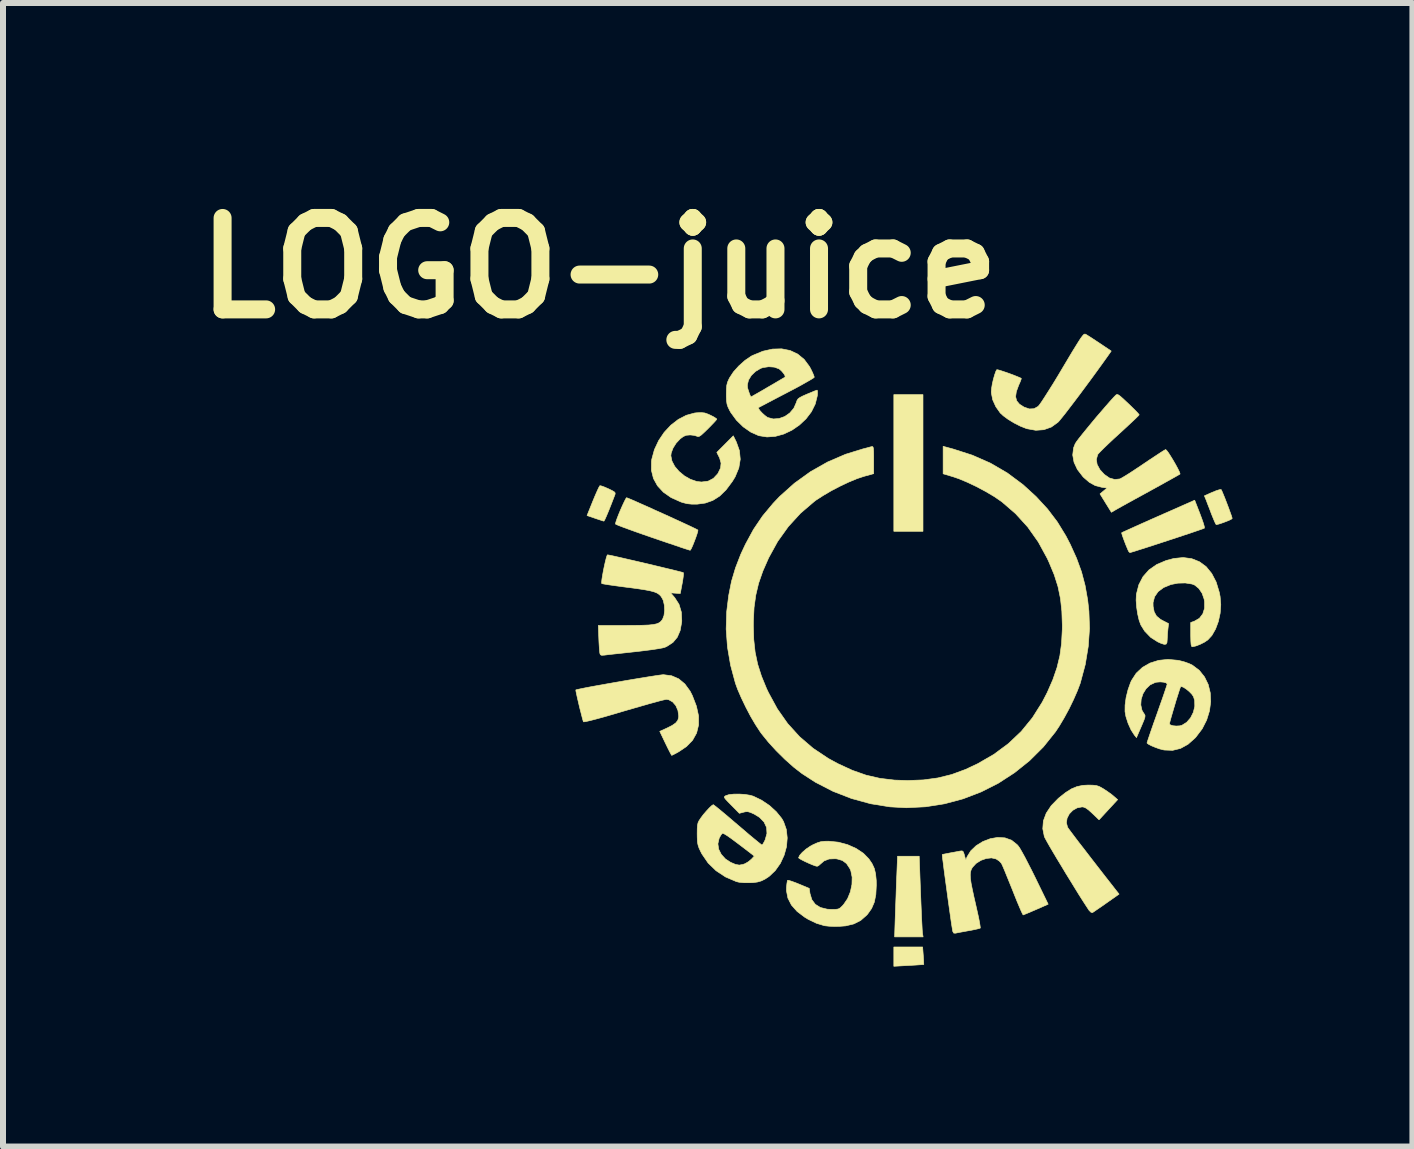
<source format=kicad_pcb>
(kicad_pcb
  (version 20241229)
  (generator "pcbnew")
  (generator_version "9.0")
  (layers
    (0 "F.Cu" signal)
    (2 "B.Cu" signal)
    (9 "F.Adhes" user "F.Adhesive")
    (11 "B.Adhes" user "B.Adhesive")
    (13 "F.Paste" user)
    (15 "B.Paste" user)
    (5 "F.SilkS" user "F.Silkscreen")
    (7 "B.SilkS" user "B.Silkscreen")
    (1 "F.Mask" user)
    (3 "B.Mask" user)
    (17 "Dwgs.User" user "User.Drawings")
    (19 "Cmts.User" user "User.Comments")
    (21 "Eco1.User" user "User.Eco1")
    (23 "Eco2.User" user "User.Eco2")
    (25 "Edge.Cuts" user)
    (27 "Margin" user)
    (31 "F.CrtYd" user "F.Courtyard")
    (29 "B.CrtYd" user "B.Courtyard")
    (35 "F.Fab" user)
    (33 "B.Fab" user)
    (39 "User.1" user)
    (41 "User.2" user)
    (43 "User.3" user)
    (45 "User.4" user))
  (footprint "LOGO-juice"
    (layer "F.Cu")
    (at 12.018 7.768)
    (property "Reference" "LOGO-juice" (at -5.08 -6.35 0) (layer "F.SilkS") (effects (font (size 1.524 1.524) (thickness 0.3))))
    (attr through_hole)
    (fp_poly (pts (xy 0.318 -1.961) (xy -0.168 -1.961) (xy -0.168 -4.24) (xy 0.318 -4.24) (xy 0.318 -1.961)) (stroke (width 0.01) (type solid)) (fill yes) (layer "F.SilkS"))
    (fp_poly (pts (xy 0.323 5.112) (xy 0.328 5.181) (xy 0.33 5.232) (xy 0.331 5.258) (xy 0.33 5.26) (xy 0.312 5.262) (xy 0.262 5.265) (xy 0.19 5.27) (xy 0.101 5.275) (xy 0.079 5.276) (xy -0.168 5.29) (xy -0.168 4.968) (xy 0.312 4.968) (xy 0.323 5.112)) (stroke (width 0.01) (type solid)) (fill yes) (layer "F.SilkS"))
    (fp_poly (pts (xy 0.278 4.076) (xy 0.284 4.227) (xy 0.29 4.368) (xy 0.295 4.494) (xy 0.301 4.6) (xy 0.305 4.681) (xy 0.309 4.733) (xy 0.311 4.748) (xy 0.32 4.8) (xy -0.155 4.8) (xy -0.143 4.431) (xy -0.138 4.289) (xy -0.132 4.134) (xy -0.127 3.979) (xy -0.122 3.838) (xy -0.118 3.759) (xy -0.106 3.455) (xy 0.255 3.455) (xy 0.278 4.076)) (stroke (width 0.01) (type solid)) (fill yes) (layer "F.SilkS"))
    (fp_poly (pts (xy -5.042 -2.717) (xy -4.994 -2.7) (xy -4.932 -2.673) (xy -4.925 -2.67) (xy -4.862 -2.639) (xy -4.827 -2.618) (xy -4.813 -2.6) (xy -4.815 -2.578) (xy -4.821 -2.562) (xy -4.876 -2.419) (xy -4.922 -2.303) (xy -4.959 -2.215) (xy -4.985 -2.157) (xy -5 -2.132) (xy -5.002 -2.131) (xy -5.025 -2.137) (xy -5.073 -2.153) (xy -5.137 -2.174) (xy -5.148 -2.178) (xy -5.282 -2.224) (xy -5.183 -2.47) (xy -5.146 -2.559) (xy -5.113 -2.634) (xy -5.087 -2.69) (xy -5.07 -2.719) (xy -5.067 -2.722) (xy -5.042 -2.717)) (stroke (width 0.01) (type solid)) (fill yes) (layer "F.SilkS"))
    (fp_poly (pts (xy 5.288 -2.657) (xy 5.3 -2.635) (xy 5.321 -2.585) (xy 5.349 -2.517) (xy 5.379 -2.439) (xy 5.41 -2.358) (xy 5.437 -2.283) (xy 5.459 -2.222) (xy 5.471 -2.183) (xy 5.472 -2.175) (xy 5.456 -2.162) (xy 5.415 -2.142) (xy 5.359 -2.12) (xy 5.299 -2.098) (xy 5.246 -2.081) (xy 5.209 -2.073) (xy 5.206 -2.073) (xy 5.195 -2.089) (xy 5.175 -2.133) (xy 5.148 -2.198) (xy 5.125 -2.255) (xy 5.094 -2.338) (xy 5.064 -2.414) (xy 5.042 -2.473) (xy 5.033 -2.495) (xy 5.009 -2.553) (xy 5.142 -2.612) (xy 5.206 -2.638) (xy 5.257 -2.654) (xy 5.286 -2.658) (xy 5.288 -2.657)) (stroke (width 0.01) (type solid)) (fill yes) (layer "F.SilkS"))
    (fp_poly (pts (xy 4.935 -2.254) (xy 4.967 -2.168) (xy 4.992 -2.096) (xy 5.007 -2.043) (xy 5.01 -2.016) (xy 5.01 -2.015) (xy 4.99 -2.006) (xy 4.939 -1.988) (xy 4.863 -1.962) (xy 4.767 -1.929) (xy 4.654 -1.892) (xy 4.532 -1.851) (xy 4.403 -1.809) (xy 4.275 -1.767) (xy 4.15 -1.726) (xy 4.035 -1.689) (xy 3.934 -1.657) (xy 3.853 -1.631) (xy 3.796 -1.614) (xy 3.769 -1.606) (xy 3.768 -1.606) (xy 3.75 -1.621) (xy 3.736 -1.648) (xy 3.697 -1.741) (xy 3.666 -1.823) (xy 3.643 -1.887) (xy 3.631 -1.927) (xy 3.631 -1.938) (xy 3.649 -1.947) (xy 3.698 -1.969) (xy 3.773 -2.003) (xy 3.87 -2.047) (xy 3.986 -2.099) (xy 4.116 -2.157) (xy 4.243 -2.213) (xy 4.847 -2.48) (xy 4.935 -2.254)) (stroke (width 0.01) (type solid)) (fill yes) (layer "F.SilkS"))
    (fp_poly (pts (xy -4.602 -2.514) (xy -4.551 -2.493) (xy -4.477 -2.461) (xy -4.383 -2.419) (xy -4.274 -2.371) (xy -4.156 -2.317) (xy -4.033 -2.262) (xy -3.909 -2.206) (xy -3.79 -2.151) (xy -3.681 -2.101) (xy -3.586 -2.057) (xy -3.51 -2.021) (xy -3.458 -1.995) (xy -3.435 -1.983) (xy -3.434 -1.982) (xy -3.436 -1.961) (xy -3.449 -1.916) (xy -3.47 -1.855) (xy -3.495 -1.789) (xy -3.52 -1.726) (xy -3.543 -1.675) (xy -3.56 -1.647) (xy -3.564 -1.645) (xy -3.584 -1.651) (xy -3.635 -1.667) (xy -3.714 -1.693) (xy -3.815 -1.728) (xy -3.935 -1.768) (xy -4.07 -1.814) (xy -4.193 -1.856) (xy -4.337 -1.906) (xy -4.468 -1.952) (xy -4.584 -1.994) (xy -4.68 -2.029) (xy -4.753 -2.057) (xy -4.797 -2.076) (xy -4.809 -2.084) (xy -4.802 -2.114) (xy -4.784 -2.168) (xy -4.758 -2.236) (xy -4.727 -2.311) (xy -4.694 -2.386) (xy -4.664 -2.45) (xy -4.64 -2.498) (xy -4.625 -2.521) (xy -4.623 -2.521) (xy -4.602 -2.514)) (stroke (width 0.01) (type solid)) (fill yes) (layer "F.SilkS"))
    (fp_poly (pts (xy 3.152 2.271) (xy 3.208 2.277) (xy 3.255 2.292) (xy 3.306 2.32) (xy 3.325 2.331) (xy 3.393 2.376) (xy 3.46 2.424) (xy 3.495 2.453) (xy 3.563 2.512) (xy 3.408 2.68) (xy 3.253 2.848) (xy 3.141 2.741) (xy 3.077 2.683) (xy 3.03 2.65) (xy 2.991 2.635) (xy 2.97 2.633) (xy 2.887 2.649) (xy 2.815 2.69) (xy 2.757 2.75) (xy 2.72 2.822) (xy 2.709 2.898) (xy 2.728 2.971) (xy 2.729 2.973) (xy 2.745 2.997) (xy 2.783 3.048) (xy 2.84 3.124) (xy 2.915 3.223) (xy 3.007 3.341) (xy 3.112 3.478) (xy 3.23 3.63) (xy 3.358 3.795) (xy 3.496 3.971) (xy 3.533 4.019) (xy 3.587 4.087) (xy 3.376 4.235) (xy 3.298 4.29) (xy 3.229 4.337) (xy 3.177 4.373) (xy 3.147 4.393) (xy 3.144 4.395) (xy 3.119 4.39) (xy 3.088 4.359) (xy 3.086 4.357) (xy 3.044 4.293) (xy 2.989 4.208) (xy 2.924 4.106) (xy 2.853 3.991) (xy 2.777 3.867) (xy 2.699 3.741) (xy 2.623 3.614) (xy 2.55 3.494) (xy 2.484 3.383) (xy 2.427 3.286) (xy 2.383 3.208) (xy 2.353 3.153) (xy 2.341 3.128) (xy 2.315 2.997) (xy 2.325 2.866) (xy 2.373 2.737) (xy 2.456 2.612) (xy 2.574 2.491) (xy 2.586 2.481) (xy 2.697 2.393) (xy 2.794 2.332) (xy 2.886 2.294) (xy 2.982 2.274) (xy 3.073 2.269) (xy 3.152 2.271)) (stroke (width 0.01) (type solid)) (fill yes) (layer "F.SilkS"))
    (fp_poly (pts (xy -3.872 0.447) (xy -3.754 0.498) (xy -3.652 0.583) (xy -3.565 0.702) (xy -3.528 0.774) (xy -3.459 0.953) (xy -3.423 1.117) (xy -3.423 1.267) (xy -3.456 1.402) (xy -3.523 1.522) (xy -3.625 1.627) (xy -3.745 1.708) (xy -3.803 1.741) (xy -3.848 1.764) (xy -3.87 1.774) (xy -3.871 1.774) (xy -3.881 1.758) (xy -3.904 1.715) (xy -3.936 1.652) (xy -3.974 1.574) (xy -4.07 1.373) (xy -3.954 1.321) (xy -3.863 1.275) (xy -3.803 1.233) (xy -3.769 1.19) (xy -3.755 1.139) (xy -3.754 1.117) (xy -3.767 1.025) (xy -3.802 0.944) (xy -3.855 0.883) (xy -3.919 0.847) (xy -3.96 0.84) (xy -3.989 0.846) (xy -4.05 0.86) (xy -4.137 0.884) (xy -4.248 0.914) (xy -4.376 0.951) (xy -4.519 0.992) (xy -4.671 1.036) (xy -4.846 1.088) (xy -4.998 1.132) (xy -5.126 1.167) (xy -5.226 1.193) (xy -5.296 1.209) (xy -5.335 1.215) (xy -5.342 1.214) (xy -5.35 1.19) (xy -5.364 1.139) (xy -5.382 1.068) (xy -5.403 0.987) (xy -5.423 0.902) (xy -5.442 0.821) (xy -5.457 0.753) (xy -5.467 0.704) (xy -5.469 0.684) (xy -5.469 0.683) (xy -5.445 0.676) (xy -5.389 0.664) (xy -5.306 0.647) (xy -5.201 0.627) (xy -5.078 0.605) (xy -4.944 0.581) (xy -4.802 0.556) (xy -4.658 0.531) (xy -4.517 0.507) (xy -4.384 0.485) (xy -4.262 0.465) (xy -4.159 0.449) (xy -4.078 0.437) (xy -4.024 0.43) (xy -4.006 0.429) (xy -3.872 0.447)) (stroke (width 0.01) (type solid)) (fill yes) (layer "F.SilkS"))
    (fp_poly (pts (xy 4.798 -1.505) (xy 4.926 -1.454) (xy 5.038 -1.372) (xy 5.131 -1.258) (xy 5.205 -1.116) (xy 5.257 -0.945) (xy 5.271 -0.874) (xy 5.282 -0.738) (xy 5.272 -0.596) (xy 5.242 -0.458) (xy 5.195 -0.332) (xy 5.134 -0.225) (xy 5.066 -0.151) (xy 5.008 -0.112) (xy 4.936 -0.076) (xy 4.865 -0.049) (xy 4.809 -0.037) (xy 4.806 -0.037) (xy 4.794 -0.046) (xy 4.787 -0.077) (xy 4.783 -0.133) (xy 4.781 -0.221) (xy 4.781 -0.239) (xy 4.781 -0.441) (xy 4.843 -0.463) (xy 4.926 -0.511) (xy 4.982 -0.584) (xy 5.012 -0.678) (xy 5.012 -0.788) (xy 5.005 -0.83) (xy 4.971 -0.928) (xy 4.916 -1.009) (xy 4.847 -1.065) (xy 4.804 -1.082) (xy 4.692 -1.1) (xy 4.568 -1.097) (xy 4.451 -1.074) (xy 4.329 -1.024) (xy 4.238 -0.956) (xy 4.179 -0.871) (xy 4.153 -0.772) (xy 4.154 -0.711) (xy 4.172 -0.618) (xy 4.211 -0.548) (xy 4.278 -0.493) (xy 4.322 -0.469) (xy 4.412 -0.423) (xy 4.401 -0.328) (xy 4.394 -0.253) (xy 4.39 -0.177) (xy 4.389 -0.154) (xy 4.385 -0.105) (xy 4.37 -0.08) (xy 4.338 -0.077) (xy 4.283 -0.095) (xy 4.23 -0.119) (xy 4.113 -0.194) (xy 4.013 -0.298) (xy 3.949 -0.401) (xy 3.92 -0.482) (xy 3.896 -0.586) (xy 3.879 -0.701) (xy 3.871 -0.812) (xy 3.875 -0.905) (xy 3.876 -0.914) (xy 3.916 -1.07) (xy 3.986 -1.205) (xy 4.086 -1.318) (xy 4.215 -1.408) (xy 4.373 -1.475) (xy 4.498 -1.508) (xy 4.655 -1.524) (xy 4.798 -1.505)) (stroke (width 0.01) (type solid)) (fill yes) (layer "F.SilkS"))
    (fp_poly (pts (xy 3.032 -5.245) (xy 3.063 -5.226) (xy 3.117 -5.192) (xy 3.187 -5.146) (xy 3.264 -5.095) (xy 3.456 -4.966) (xy 3.414 -4.906) (xy 3.325 -4.781) (xy 3.229 -4.648) (xy 3.13 -4.512) (xy 3.03 -4.377) (xy 2.933 -4.246) (xy 2.841 -4.124) (xy 2.757 -4.014) (xy 2.685 -3.92) (xy 2.626 -3.847) (xy 2.585 -3.797) (xy 2.568 -3.779) (xy 2.457 -3.699) (xy 2.333 -3.655) (xy 2.199 -3.645) (xy 2.054 -3.671) (xy 2.035 -3.677) (xy 1.941 -3.714) (xy 1.839 -3.766) (xy 1.741 -3.825) (xy 1.658 -3.886) (xy 1.606 -3.934) (xy 1.532 -4.039) (xy 1.48 -4.154) (xy 1.458 -4.267) (xy 1.457 -4.289) (xy 1.462 -4.346) (xy 1.474 -4.42) (xy 1.492 -4.498) (xy 1.513 -4.571) (xy 1.533 -4.628) (xy 1.548 -4.655) (xy 1.568 -4.653) (xy 1.614 -4.64) (xy 1.677 -4.619) (xy 1.75 -4.594) (xy 1.823 -4.567) (xy 1.888 -4.541) (xy 1.936 -4.521) (xy 1.957 -4.51) (xy 1.953 -4.492) (xy 1.937 -4.45) (xy 1.913 -4.396) (xy 1.874 -4.29) (xy 1.862 -4.205) (xy 1.88 -4.136) (xy 1.927 -4.08) (xy 2.002 -4.032) (xy 2.091 -4.001) (xy 2.169 -4.005) (xy 2.237 -4.043) (xy 2.26 -4.07) (xy 2.298 -4.124) (xy 2.35 -4.204) (xy 2.413 -4.303) (xy 2.486 -4.419) (xy 2.564 -4.547) (xy 2.642 -4.678) (xy 2.733 -4.831) (xy 2.807 -4.955) (xy 2.867 -5.052) (xy 2.913 -5.126) (xy 2.948 -5.18) (xy 2.975 -5.216) (xy 2.994 -5.238) (xy 3.009 -5.248) (xy 3.021 -5.249) (xy 3.032 -5.245)) (stroke (width 0.01) (type solid)) (fill yes) (layer "F.SilkS"))
    (fp_poly (pts (xy -3.32 -3.934) (xy -3.266 -3.915) (xy -3.222 -3.895) (xy -3.168 -3.867) (xy -3.131 -3.843) (xy -3.119 -3.832) (xy -3.131 -3.814) (xy -3.165 -3.776) (xy -3.215 -3.724) (xy -3.266 -3.672) (xy -3.332 -3.608) (xy -3.377 -3.567) (xy -3.408 -3.546) (xy -3.431 -3.54) (xy -3.451 -3.546) (xy -3.452 -3.547) (xy -3.494 -3.56) (xy -3.554 -3.567) (xy -3.572 -3.567) (xy -3.63 -3.562) (xy -3.68 -3.54) (xy -3.73 -3.502) (xy -3.796 -3.432) (xy -3.848 -3.35) (xy -3.879 -3.268) (xy -3.885 -3.222) (xy -3.867 -3.133) (xy -3.82 -3.043) (xy -3.748 -2.959) (xy -3.659 -2.885) (xy -3.559 -2.828) (xy -3.454 -2.792) (xy -3.374 -2.783) (xy -3.264 -2.797) (xy -3.176 -2.843) (xy -3.104 -2.92) (xy -3.098 -2.93) (xy -3.056 -3.017) (xy -3.048 -3.098) (xy -3.072 -3.183) (xy -3.082 -3.203) (xy -3.119 -3.277) (xy -2.844 -3.553) (xy -2.793 -3.449) (xy -2.742 -3.306) (xy -2.728 -3.162) (xy -2.752 -3.017) (xy -2.813 -2.87) (xy -2.861 -2.791) (xy -2.965 -2.652) (xy -3.072 -2.548) (xy -3.186 -2.476) (xy -3.311 -2.432) (xy -3.445 -2.414) (xy -3.539 -2.414) (xy -3.615 -2.422) (xy -3.693 -2.442) (xy -3.721 -2.452) (xy -3.88 -2.523) (xy -4.009 -2.613) (xy -4.108 -2.72) (xy -4.175 -2.842) (xy -4.209 -2.978) (xy -4.208 -3.124) (xy -4.203 -3.162) (xy -4.159 -3.323) (xy -4.088 -3.474) (xy -3.996 -3.611) (xy -3.885 -3.73) (xy -3.761 -3.826) (xy -3.628 -3.895) (xy -3.49 -3.933) (xy -3.453 -3.937) (xy -3.377 -3.94) (xy -3.32 -3.934)) (stroke (width 0.01) (type solid)) (fill yes) (layer "F.SilkS"))
    (fp_poly (pts (xy -1.094 3.221) (xy -0.94 3.262) (xy -0.798 3.325) (xy -0.676 3.406) (xy -0.584 3.5) (xy -0.53 3.58) (xy -0.493 3.66) (xy -0.472 3.749) (xy -0.461 3.859) (xy -0.46 3.941) (xy -0.468 4.094) (xy -0.493 4.22) (xy -0.539 4.327) (xy -0.607 4.423) (xy -0.621 4.438) (xy -0.72 4.525) (xy -0.834 4.583) (xy -0.969 4.616) (xy -1.074 4.624) (xy -1.162 4.625) (xy -1.246 4.622) (xy -1.312 4.615) (xy -1.326 4.613) (xy -1.458 4.573) (xy -1.595 4.507) (xy -1.653 4.472) (xy -1.78 4.376) (xy -1.875 4.269) (xy -1.934 4.153) (xy -1.958 4.029) (xy -1.957 3.977) (xy -1.951 3.916) (xy -1.944 3.872) (xy -1.939 3.856) (xy -1.918 3.858) (xy -1.871 3.873) (xy -1.805 3.897) (xy -1.753 3.918) (xy -1.578 3.991) (xy -1.566 4.076) (xy -1.535 4.179) (xy -1.477 4.257) (xy -1.392 4.31) (xy -1.279 4.338) (xy -1.207 4.342) (xy -1.139 4.341) (xy -1.095 4.335) (xy -1.063 4.318) (xy -1.029 4.286) (xy -1.006 4.261) (xy -0.939 4.163) (xy -0.892 4.048) (xy -0.866 3.925) (xy -0.863 3.805) (xy -0.885 3.697) (xy -0.901 3.661) (xy -0.956 3.578) (xy -1.025 3.526) (xy -1.115 3.5) (xy -1.145 3.497) (xy -1.248 3.501) (xy -1.332 3.534) (xy -1.39 3.584) (xy -1.423 3.613) (xy -1.447 3.623) (xy -1.477 3.616) (xy -1.528 3.597) (xy -1.589 3.571) (xy -1.652 3.542) (xy -1.707 3.514) (xy -1.745 3.492) (xy -1.756 3.481) (xy -1.737 3.44) (xy -1.693 3.39) (xy -1.631 3.336) (xy -1.56 3.288) (xy -1.518 3.265) (xy -1.445 3.232) (xy -1.385 3.213) (xy -1.321 3.206) (xy -1.252 3.205) (xy -1.094 3.221)) (stroke (width 0.01) (type solid)) (fill yes) (layer "F.SilkS"))
    (fp_poly (pts (xy -4.917 -1.565) (xy -4.862 -1.554) (xy -4.782 -1.536) (xy -4.681 -1.513) (xy -4.565 -1.486) (xy -4.438 -1.457) (xy -4.307 -1.426) (xy -4.176 -1.395) (xy -4.05 -1.365) (xy -3.934 -1.337) (xy -3.834 -1.313) (xy -3.754 -1.293) (xy -3.7 -1.279) (xy -3.677 -1.272) (xy -3.676 -1.271) (xy -3.674 -1.25) (xy -3.679 -1.2) (xy -3.689 -1.131) (xy -3.696 -1.093) (xy -3.728 -0.924) (xy -3.889 -0.935) (xy -3.821 -0.856) (xy -3.749 -0.744) (xy -3.71 -0.614) (xy -3.703 -0.467) (xy -3.705 -0.444) (xy -3.73 -0.306) (xy -3.778 -0.195) (xy -3.85 -0.109) (xy -3.951 -0.043) (xy -3.984 -0.028) (xy -4.024 -0.017) (xy -4.096 -0.004) (xy -4.193 0.011) (xy -4.31 0.026) (xy -4.44 0.042) (xy -4.488 0.047) (xy -4.615 0.061) (xy -4.734 0.074) (xy -4.838 0.085) (xy -4.921 0.094) (xy -4.975 0.101) (xy -4.991 0.103) (xy -5.038 0.106) (xy -5.06 0.096) (xy -5.069 0.07) (xy -5.073 0.035) (xy -5.078 -0.028) (xy -5.083 -0.11) (xy -5.086 -0.182) (xy -5.094 -0.392) (xy -4.638 -0.392) (xy -4.479 -0.393) (xy -4.352 -0.395) (xy -4.254 -0.399) (xy -4.18 -0.407) (xy -4.125 -0.418) (xy -4.085 -0.434) (xy -4.055 -0.455) (xy -4.032 -0.482) (xy -4.023 -0.495) (xy -3.999 -0.558) (xy -3.989 -0.64) (xy -3.993 -0.728) (xy -4.011 -0.807) (xy -4.027 -0.841) (xy -4.05 -0.878) (xy -4.078 -0.907) (xy -4.113 -0.931) (xy -4.162 -0.951) (xy -4.229 -0.969) (xy -4.318 -0.986) (xy -4.434 -1.004) (xy -4.582 -1.024) (xy -4.603 -1.026) (xy -4.725 -1.042) (xy -4.834 -1.057) (xy -4.925 -1.07) (xy -4.992 -1.081) (xy -5.03 -1.088) (xy -5.037 -1.09) (xy -5.039 -1.113) (xy -5.034 -1.162) (xy -5.023 -1.23) (xy -5.009 -1.309) (xy -4.992 -1.39) (xy -4.975 -1.465) (xy -4.96 -1.524) (xy -4.947 -1.561) (xy -4.941 -1.569) (xy -4.917 -1.565)) (stroke (width 0.01) (type solid)) (fill yes) (layer "F.SilkS"))
    (fp_poly (pts (xy 1.685 3.149) (xy 1.795 3.189) (xy 1.889 3.264) (xy 1.908 3.286) (xy 1.932 3.321) (xy 1.969 3.385) (xy 2.017 3.472) (xy 2.071 3.577) (xy 2.131 3.694) (xy 2.186 3.805) (xy 2.405 4.255) (xy 2.203 4.344) (xy 2.123 4.378) (xy 2.055 4.407) (xy 2.008 4.426) (xy 1.988 4.434) (xy 1.978 4.418) (xy 1.956 4.372) (xy 1.925 4.3) (xy 1.886 4.208) (xy 1.843 4.101) (xy 1.813 4.025) (xy 1.765 3.906) (xy 1.721 3.798) (xy 1.683 3.704) (xy 1.652 3.631) (xy 1.631 3.585) (xy 1.624 3.572) (xy 1.589 3.535) (xy 1.539 3.502) (xy 1.535 3.5) (xy 1.46 3.483) (xy 1.372 3.493) (xy 1.284 3.524) (xy 1.204 3.574) (xy 1.144 3.639) (xy 1.139 3.646) (xy 1.121 3.681) (xy 1.11 3.719) (xy 1.106 3.766) (xy 1.109 3.827) (xy 1.12 3.905) (xy 1.14 4.006) (xy 1.168 4.136) (xy 1.194 4.249) (xy 1.22 4.365) (xy 1.243 4.468) (xy 1.26 4.554) (xy 1.27 4.616) (xy 1.274 4.649) (xy 1.273 4.653) (xy 1.25 4.661) (xy 1.2 4.673) (xy 1.129 4.688) (xy 1.083 4.696) (xy 1.001 4.711) (xy 0.93 4.724) (xy 0.879 4.734) (xy 0.865 4.738) (xy 0.831 4.737) (xy 0.814 4.707) (xy 0.813 4.704) (xy 0.808 4.671) (xy 0.798 4.61) (xy 0.785 4.523) (xy 0.77 4.417) (xy 0.753 4.297) (xy 0.735 4.168) (xy 0.717 4.035) (xy 0.699 3.903) (xy 0.682 3.778) (xy 0.667 3.664) (xy 0.655 3.567) (xy 0.645 3.492) (xy 0.64 3.443) (xy 0.639 3.428) (xy 0.659 3.422) (xy 0.705 3.413) (xy 0.766 3.401) (xy 0.837 3.388) (xy 0.901 3.376) (xy 0.937 3.369) (xy 0.97 3.366) (xy 0.989 3.38) (xy 1.004 3.42) (xy 1.009 3.439) (xy 1.031 3.519) (xy 1.055 3.461) (xy 1.115 3.365) (xy 1.204 3.28) (xy 1.315 3.211) (xy 1.44 3.163) (xy 1.561 3.142) (xy 1.685 3.149)) (stroke (width 0.01) (type solid)) (fill yes) (layer "F.SilkS"))
    (fp_poly (pts (xy 3.58 -4.233) (xy 3.614 -4.207) (xy 3.664 -4.162) (xy 3.735 -4.095) (xy 3.742 -4.089) (xy 3.808 -4.025) (xy 3.864 -3.97) (xy 3.903 -3.928) (xy 3.921 -3.906) (xy 3.922 -3.904) (xy 3.909 -3.888) (xy 3.872 -3.851) (xy 3.814 -3.796) (xy 3.74 -3.727) (xy 3.654 -3.647) (xy 3.588 -3.587) (xy 3.493 -3.5) (xy 3.407 -3.419) (xy 3.333 -3.348) (xy 3.276 -3.291) (xy 3.24 -3.253) (xy 3.23 -3.239) (xy 3.208 -3.159) (xy 3.221 -3.075) (xy 3.268 -2.988) (xy 3.341 -2.909) (xy 3.426 -2.85) (xy 3.514 -2.825) (xy 3.598 -2.834) (xy 3.601 -2.835) (xy 3.632 -2.851) (xy 3.688 -2.884) (xy 3.765 -2.932) (xy 3.856 -2.992) (xy 3.957 -3.059) (xy 4.001 -3.089) (xy 4.102 -3.157) (xy 4.193 -3.217) (xy 4.269 -3.267) (xy 4.325 -3.303) (xy 4.358 -3.322) (xy 4.364 -3.324) (xy 4.381 -3.309) (xy 4.411 -3.269) (xy 4.448 -3.211) (xy 4.489 -3.144) (xy 4.53 -3.073) (xy 4.565 -3.008) (xy 4.591 -2.955) (xy 4.603 -2.922) (xy 4.602 -2.915) (xy 4.582 -2.903) (xy 4.533 -2.875) (xy 4.46 -2.834) (xy 4.366 -2.782) (xy 4.257 -2.721) (xy 4.135 -2.654) (xy 4.081 -2.624) (xy 3.953 -2.554) (xy 3.832 -2.488) (xy 3.725 -2.429) (xy 3.635 -2.379) (xy 3.567 -2.341) (xy 3.525 -2.317) (xy 3.518 -2.313) (xy 3.459 -2.278) (xy 3.364 -2.431) (xy 3.269 -2.585) (xy 3.328 -2.634) (xy 3.387 -2.683) (xy 3.3 -2.695) (xy 3.19 -2.723) (xy 3.092 -2.777) (xy 2.995 -2.861) (xy 2.982 -2.875) (xy 2.892 -2.992) (xy 2.836 -3.112) (xy 2.814 -3.233) (xy 2.828 -3.351) (xy 2.855 -3.42) (xy 2.875 -3.452) (xy 2.916 -3.507) (xy 2.974 -3.58) (xy 3.044 -3.666) (xy 3.123 -3.762) (xy 3.205 -3.861) (xy 3.289 -3.958) (xy 3.368 -4.05) (xy 3.439 -4.131) (xy 3.499 -4.197) (xy 3.528 -4.227) (xy 3.542 -4.239) (xy 3.558 -4.242) (xy 3.58 -4.233)) (stroke (width 0.01) (type solid)) (fill yes) (layer "F.SilkS"))
    (fp_poly (pts (xy 4.566 0.189) (xy 4.592 0.194) (xy 4.673 0.215) (xy 4.752 0.243) (xy 4.809 0.27) (xy 4.924 0.357) (xy 5.011 0.466) (xy 5.073 0.593) (xy 5.107 0.732) (xy 5.114 0.88) (xy 5.094 1.032) (xy 5.047 1.184) (xy 4.973 1.33) (xy 4.87 1.466) (xy 4.855 1.483) (xy 4.736 1.589) (xy 4.611 1.658) (xy 4.48 1.69) (xy 4.344 1.685) (xy 4.321 1.681) (xy 4.259 1.665) (xy 4.192 1.641) (xy 4.129 1.615) (xy 4.08 1.59) (xy 4.055 1.571) (xy 4.053 1.566) (xy 4.059 1.545) (xy 4.076 1.493) (xy 4.102 1.416) (xy 4.136 1.317) (xy 4.16 1.249) (xy 4.426 1.249) (xy 4.443 1.267) (xy 4.485 1.28) (xy 4.54 1.285) (xy 4.597 1.282) (xy 4.635 1.272) (xy 4.714 1.223) (xy 4.779 1.148) (xy 4.825 1.056) (xy 4.849 0.957) (xy 4.847 0.859) (xy 4.827 0.794) (xy 4.799 0.753) (xy 4.756 0.709) (xy 4.707 0.669) (xy 4.661 0.639) (xy 4.626 0.626) (xy 4.613 0.63) (xy 4.604 0.652) (xy 4.587 0.702) (xy 4.564 0.774) (xy 4.537 0.859) (xy 4.51 0.951) (xy 4.483 1.042) (xy 4.459 1.124) (xy 4.44 1.192) (xy 4.429 1.236) (xy 4.426 1.249) (xy 4.16 1.249) (xy 4.176 1.203) (xy 4.221 1.077) (xy 4.221 1.077) (xy 4.265 0.951) (xy 4.306 0.836) (xy 4.34 0.737) (xy 4.366 0.659) (xy 4.383 0.607) (xy 4.389 0.584) (xy 4.372 0.566) (xy 4.33 0.554) (xy 4.273 0.549) (xy 4.212 0.554) (xy 4.186 0.56) (xy 4.104 0.599) (xy 4.036 0.664) (xy 3.985 0.747) (xy 3.955 0.84) (xy 3.949 0.933) (xy 3.968 1.021) (xy 3.998 1.072) (xy 4.013 1.092) (xy 4.02 1.113) (xy 4.017 1.14) (xy 4.003 1.183) (xy 3.976 1.248) (xy 3.955 1.297) (xy 3.877 1.478) (xy 3.842 1.435) (xy 3.786 1.348) (xy 3.737 1.239) (xy 3.701 1.127) (xy 3.686 1.043) (xy 3.687 0.936) (xy 3.704 0.81) (xy 3.736 0.68) (xy 3.779 0.559) (xy 3.795 0.524) (xy 3.873 0.404) (xy 3.977 0.307) (xy 4.103 0.235) (xy 4.246 0.19) (xy 4.402 0.174) (xy 4.566 0.189)) (stroke (width 0.01) (type solid)) (fill yes) (layer "F.SilkS"))
    (fp_poly (pts (xy -2.651 2.425) (xy -2.565 2.439) (xy -2.512 2.454) (xy -2.373 2.521) (xy -2.241 2.61) (xy -2.127 2.714) (xy -2.037 2.825) (xy -2.006 2.879) (xy -1.96 3.009) (xy -1.945 3.15) (xy -1.957 3.296) (xy -1.997 3.439) (xy -2.06 3.575) (xy -2.145 3.695) (xy -2.249 3.793) (xy -2.318 3.838) (xy -2.381 3.868) (xy -2.441 3.885) (xy -2.513 3.895) (xy -2.568 3.897) (xy -2.664 3.897) (xy -2.747 3.889) (xy -2.793 3.878) (xy -2.973 3.801) (xy -3.131 3.697) (xy -3.264 3.568) (xy -3.368 3.416) (xy -3.386 3.381) (xy -3.415 3.32) (xy -3.432 3.268) (xy -3.436 3.248) (xy -3.101 3.248) (xy -3.088 3.338) (xy -3.045 3.424) (xy -2.975 3.501) (xy -2.889 3.557) (xy -2.809 3.591) (xy -2.745 3.603) (xy -2.683 3.592) (xy -2.647 3.579) (xy -2.591 3.546) (xy -2.54 3.503) (xy -2.54 3.503) (xy -2.494 3.453) (xy -2.534 3.421) (xy -2.676 3.312) (xy -2.791 3.225) (xy -2.881 3.158) (xy -2.947 3.112) (xy -2.993 3.084) (xy -3.02 3.072) (xy -3.027 3.073) (xy -3.047 3.097) (xy -3.073 3.142) (xy -3.081 3.16) (xy -3.101 3.248) (xy -3.436 3.248) (xy -3.442 3.214) (xy -3.445 3.145) (xy -3.446 3.082) (xy -3.445 2.998) (xy -3.441 2.94) (xy -3.432 2.898) (xy -3.415 2.862) (xy -3.387 2.821) (xy -3.387 2.82) (xy -3.344 2.762) (xy -3.294 2.704) (xy -3.246 2.652) (xy -3.205 2.613) (xy -3.179 2.596) (xy -3.177 2.596) (xy -3.16 2.608) (xy -3.118 2.641) (xy -3.055 2.692) (xy -2.976 2.758) (xy -2.883 2.837) (xy -2.781 2.924) (xy -2.772 2.932) (xy -2.669 3.019) (xy -2.576 3.099) (xy -2.495 3.166) (xy -2.43 3.219) (xy -2.386 3.254) (xy -2.367 3.268) (xy -2.366 3.268) (xy -2.351 3.253) (xy -2.328 3.213) (xy -2.313 3.182) (xy -2.283 3.076) (xy -2.289 2.976) (xy -2.331 2.886) (xy -2.406 2.808) (xy -2.495 2.753) (xy -2.558 2.725) (xy -2.603 2.712) (xy -2.643 2.714) (xy -2.672 2.721) (xy -2.743 2.74) (xy -2.877 2.604) (xy -2.937 2.543) (xy -2.974 2.503) (xy -2.992 2.478) (xy -2.992 2.463) (xy -2.979 2.451) (xy -2.967 2.445) (xy -2.915 2.428) (xy -2.837 2.42) (xy -2.745 2.419) (xy -2.651 2.425)) (stroke (width 0.01) (type solid)) (fill yes) (layer "F.SilkS"))
    (fp_poly (pts (xy -1.897 -4.975) (xy -1.771 -4.916) (xy -1.662 -4.826) (xy -1.573 -4.706) (xy -1.551 -4.665) (xy -1.522 -4.605) (xy -1.502 -4.556) (xy -1.494 -4.53) (xy -1.51 -4.516) (xy -1.555 -4.488) (xy -1.625 -4.448) (xy -1.715 -4.397) (xy -1.822 -4.339) (xy -1.941 -4.277) (xy -1.956 -4.269) (xy -2.077 -4.206) (xy -2.186 -4.149) (xy -2.279 -4.1) (xy -2.353 -4.061) (xy -2.403 -4.035) (xy -2.425 -4.023) (xy -2.425 -4.023) (xy -2.422 -4.005) (xy -2.398 -3.971) (xy -2.361 -3.931) (xy -2.319 -3.893) (xy -2.28 -3.864) (xy -2.27 -3.858) (xy -2.178 -3.834) (xy -2.081 -3.841) (xy -1.986 -3.875) (xy -1.902 -3.934) (xy -1.835 -4.013) (xy -1.794 -4.106) (xy -1.782 -4.142) (xy -1.765 -4.168) (xy -1.735 -4.191) (xy -1.685 -4.217) (xy -1.617 -4.247) (xy -1.546 -4.276) (xy -1.489 -4.3) (xy -1.453 -4.313) (xy -1.446 -4.314) (xy -1.441 -4.298) (xy -1.441 -4.255) (xy -1.444 -4.219) (xy -1.478 -4.083) (xy -1.542 -3.954) (xy -1.632 -3.836) (xy -1.742 -3.733) (xy -1.867 -3.647) (xy -2.002 -3.583) (xy -2.143 -3.544) (xy -2.282 -3.534) (xy -2.416 -3.555) (xy -2.423 -3.557) (xy -2.553 -3.615) (xy -2.679 -3.703) (xy -2.792 -3.814) (xy -2.885 -3.941) (xy -2.907 -3.98) (xy -2.933 -4.034) (xy -2.949 -4.083) (xy -2.957 -4.14) (xy -2.96 -4.216) (xy -2.96 -4.249) (xy -2.958 -4.335) (xy -2.953 -4.396) (xy -2.951 -4.403) (xy -2.61 -4.403) (xy -2.607 -4.355) (xy -2.593 -4.309) (xy -2.576 -4.259) (xy -2.56 -4.219) (xy -2.549 -4.202) (xy -2.549 -4.202) (xy -2.532 -4.211) (xy -2.488 -4.236) (xy -2.423 -4.273) (xy -2.341 -4.32) (xy -2.267 -4.364) (xy -2.175 -4.417) (xy -2.096 -4.464) (xy -2.033 -4.501) (xy -1.993 -4.524) (xy -1.981 -4.532) (xy -1.981 -4.553) (xy -2.002 -4.589) (xy -2.035 -4.629) (xy -2.074 -4.664) (xy -2.083 -4.67) (xy -2.16 -4.698) (xy -2.253 -4.705) (xy -2.348 -4.691) (xy -2.387 -4.678) (xy -2.473 -4.627) (xy -2.543 -4.56) (xy -2.59 -4.483) (xy -2.61 -4.403) (xy -2.951 -4.403) (xy -2.94 -4.447) (xy -2.917 -4.498) (xy -2.906 -4.52) (xy -2.841 -4.619) (xy -2.751 -4.719) (xy -2.648 -4.811) (xy -2.543 -4.882) (xy -2.521 -4.893) (xy -2.352 -4.963) (xy -2.191 -4.999) (xy -2.038 -5.003) (xy -1.897 -4.975)) (stroke (width 0.01) (type solid)) (fill yes) (layer "F.SilkS"))
    (fp_poly (pts (xy 0.817 -3.334) (xy 1.141 -3.23) (xy 1.443 -3.097) (xy 1.723 -2.934) (xy 1.985 -2.739) (xy 2.203 -2.54) (xy 2.395 -2.332) (xy 2.558 -2.117) (xy 2.7 -1.885) (xy 2.772 -1.746) (xy 2.878 -1.512) (xy 2.96 -1.287) (xy 3.02 -1.06) (xy 3.063 -0.818) (xy 3.084 -0.63) (xy 3.094 -0.342) (xy 3.073 -0.043) (xy 3.023 0.26) (xy 2.943 0.558) (xy 2.94 0.57) (xy 2.892 0.697) (xy 2.828 0.843) (xy 2.753 0.998) (xy 2.671 1.149) (xy 2.589 1.287) (xy 2.526 1.382) (xy 2.324 1.634) (xy 2.095 1.862) (xy 1.844 2.063) (xy 1.574 2.238) (xy 1.287 2.383) (xy 0.987 2.498) (xy 0.677 2.581) (xy 0.36 2.631) (xy 0.039 2.647) (xy -0.233 2.632) (xy -0.555 2.58) (xy -0.873 2.493) (xy -1.182 2.373) (xy -1.475 2.222) (xy -1.699 2.077) (xy -1.836 1.971) (xy -1.982 1.841) (xy -2.127 1.698) (xy -2.261 1.551) (xy -2.375 1.41) (xy -2.395 1.382) (xy -2.473 1.263) (xy -2.556 1.122) (xy -2.636 0.969) (xy -2.71 0.815) (xy -2.772 0.672) (xy -2.809 0.57) (xy -2.889 0.272) (xy -2.941 -0.031) (xy -2.963 -0.331) (xy -2.954 -0.62) (xy -2.953 -0.63) (xy -2.921 -0.89) (xy -2.874 -1.127) (xy -2.807 -1.352) (xy -2.719 -1.579) (xy -2.641 -1.746) (xy -2.507 -1.993) (xy -2.356 -2.216) (xy -2.181 -2.426) (xy -2.073 -2.54) (xy -1.825 -2.762) (xy -1.557 -2.955) (xy -1.271 -3.117) (xy -0.971 -3.246) (xy -0.686 -3.334) (xy -0.62 -3.351) (xy -0.565 -3.366) (xy -0.537 -3.373) (xy -0.523 -3.374) (xy -0.514 -3.364) (xy -0.508 -3.337) (xy -0.505 -3.288) (xy -0.504 -3.21) (xy -0.504 -3.153) (xy -0.504 -2.922) (xy -0.667 -2.877) (xy -0.782 -2.839) (xy -0.917 -2.783) (xy -1.063 -2.714) (xy -1.209 -2.638) (xy -1.345 -2.558) (xy -1.463 -2.482) (xy -1.496 -2.457) (xy -1.724 -2.262) (xy -1.927 -2.04) (xy -2.105 -1.791) (xy -2.255 -1.518) (xy -2.258 -1.511) (xy -2.352 -1.297) (xy -2.422 -1.096) (xy -2.469 -0.898) (xy -2.498 -0.691) (xy -2.509 -0.464) (xy -2.51 -0.392) (xy -2.503 -0.157) (xy -2.48 0.054) (xy -2.438 0.254) (xy -2.375 0.452) (xy -2.289 0.662) (xy -2.258 0.727) (xy -2.11 0.999) (xy -1.938 1.244) (xy -1.739 1.463) (xy -1.514 1.656) (xy -1.261 1.825) (xy -1.099 1.913) (xy -0.86 2.023) (xy -0.63 2.104) (xy -0.399 2.157) (xy -0.156 2.186) (xy 0.065 2.193) (xy 0.326 2.183) (xy 0.567 2.15) (xy 0.797 2.093) (xy 1.028 2.008) (xy 1.23 1.913) (xy 1.5 1.757) (xy 1.742 1.578) (xy 1.956 1.375) (xy 2.143 1.146) (xy 2.305 0.889) (xy 2.389 0.727) (xy 2.483 0.512) (xy 2.552 0.312) (xy 2.6 0.114) (xy 2.628 -0.093) (xy 2.64 -0.32) (xy 2.641 -0.392) (xy 2.633 -0.627) (xy 2.61 -0.839) (xy 2.569 -1.038) (xy 2.506 -1.237) (xy 2.419 -1.446) (xy 2.389 -1.511) (xy 2.24 -1.784) (xy 2.064 -2.033) (xy 1.861 -2.256) (xy 1.635 -2.451) (xy 1.627 -2.457) (xy 1.508 -2.539) (xy 1.366 -2.623) (xy 1.213 -2.705) (xy 1.059 -2.778) (xy 0.915 -2.838) (xy 0.822 -2.87) (xy 0.654 -2.92) (xy 0.654 -3.378) (xy 0.817 -3.334)) (stroke (width 0.01) (type solid)) (fill yes) (layer "F.SilkS")))
  (gr_rect
    (start -3 -3)
    (end 20.495 16.063)
    (stroke (width 0.1) (type default))
    (fill no)
    (layer "Edge.Cuts")))
</source>
